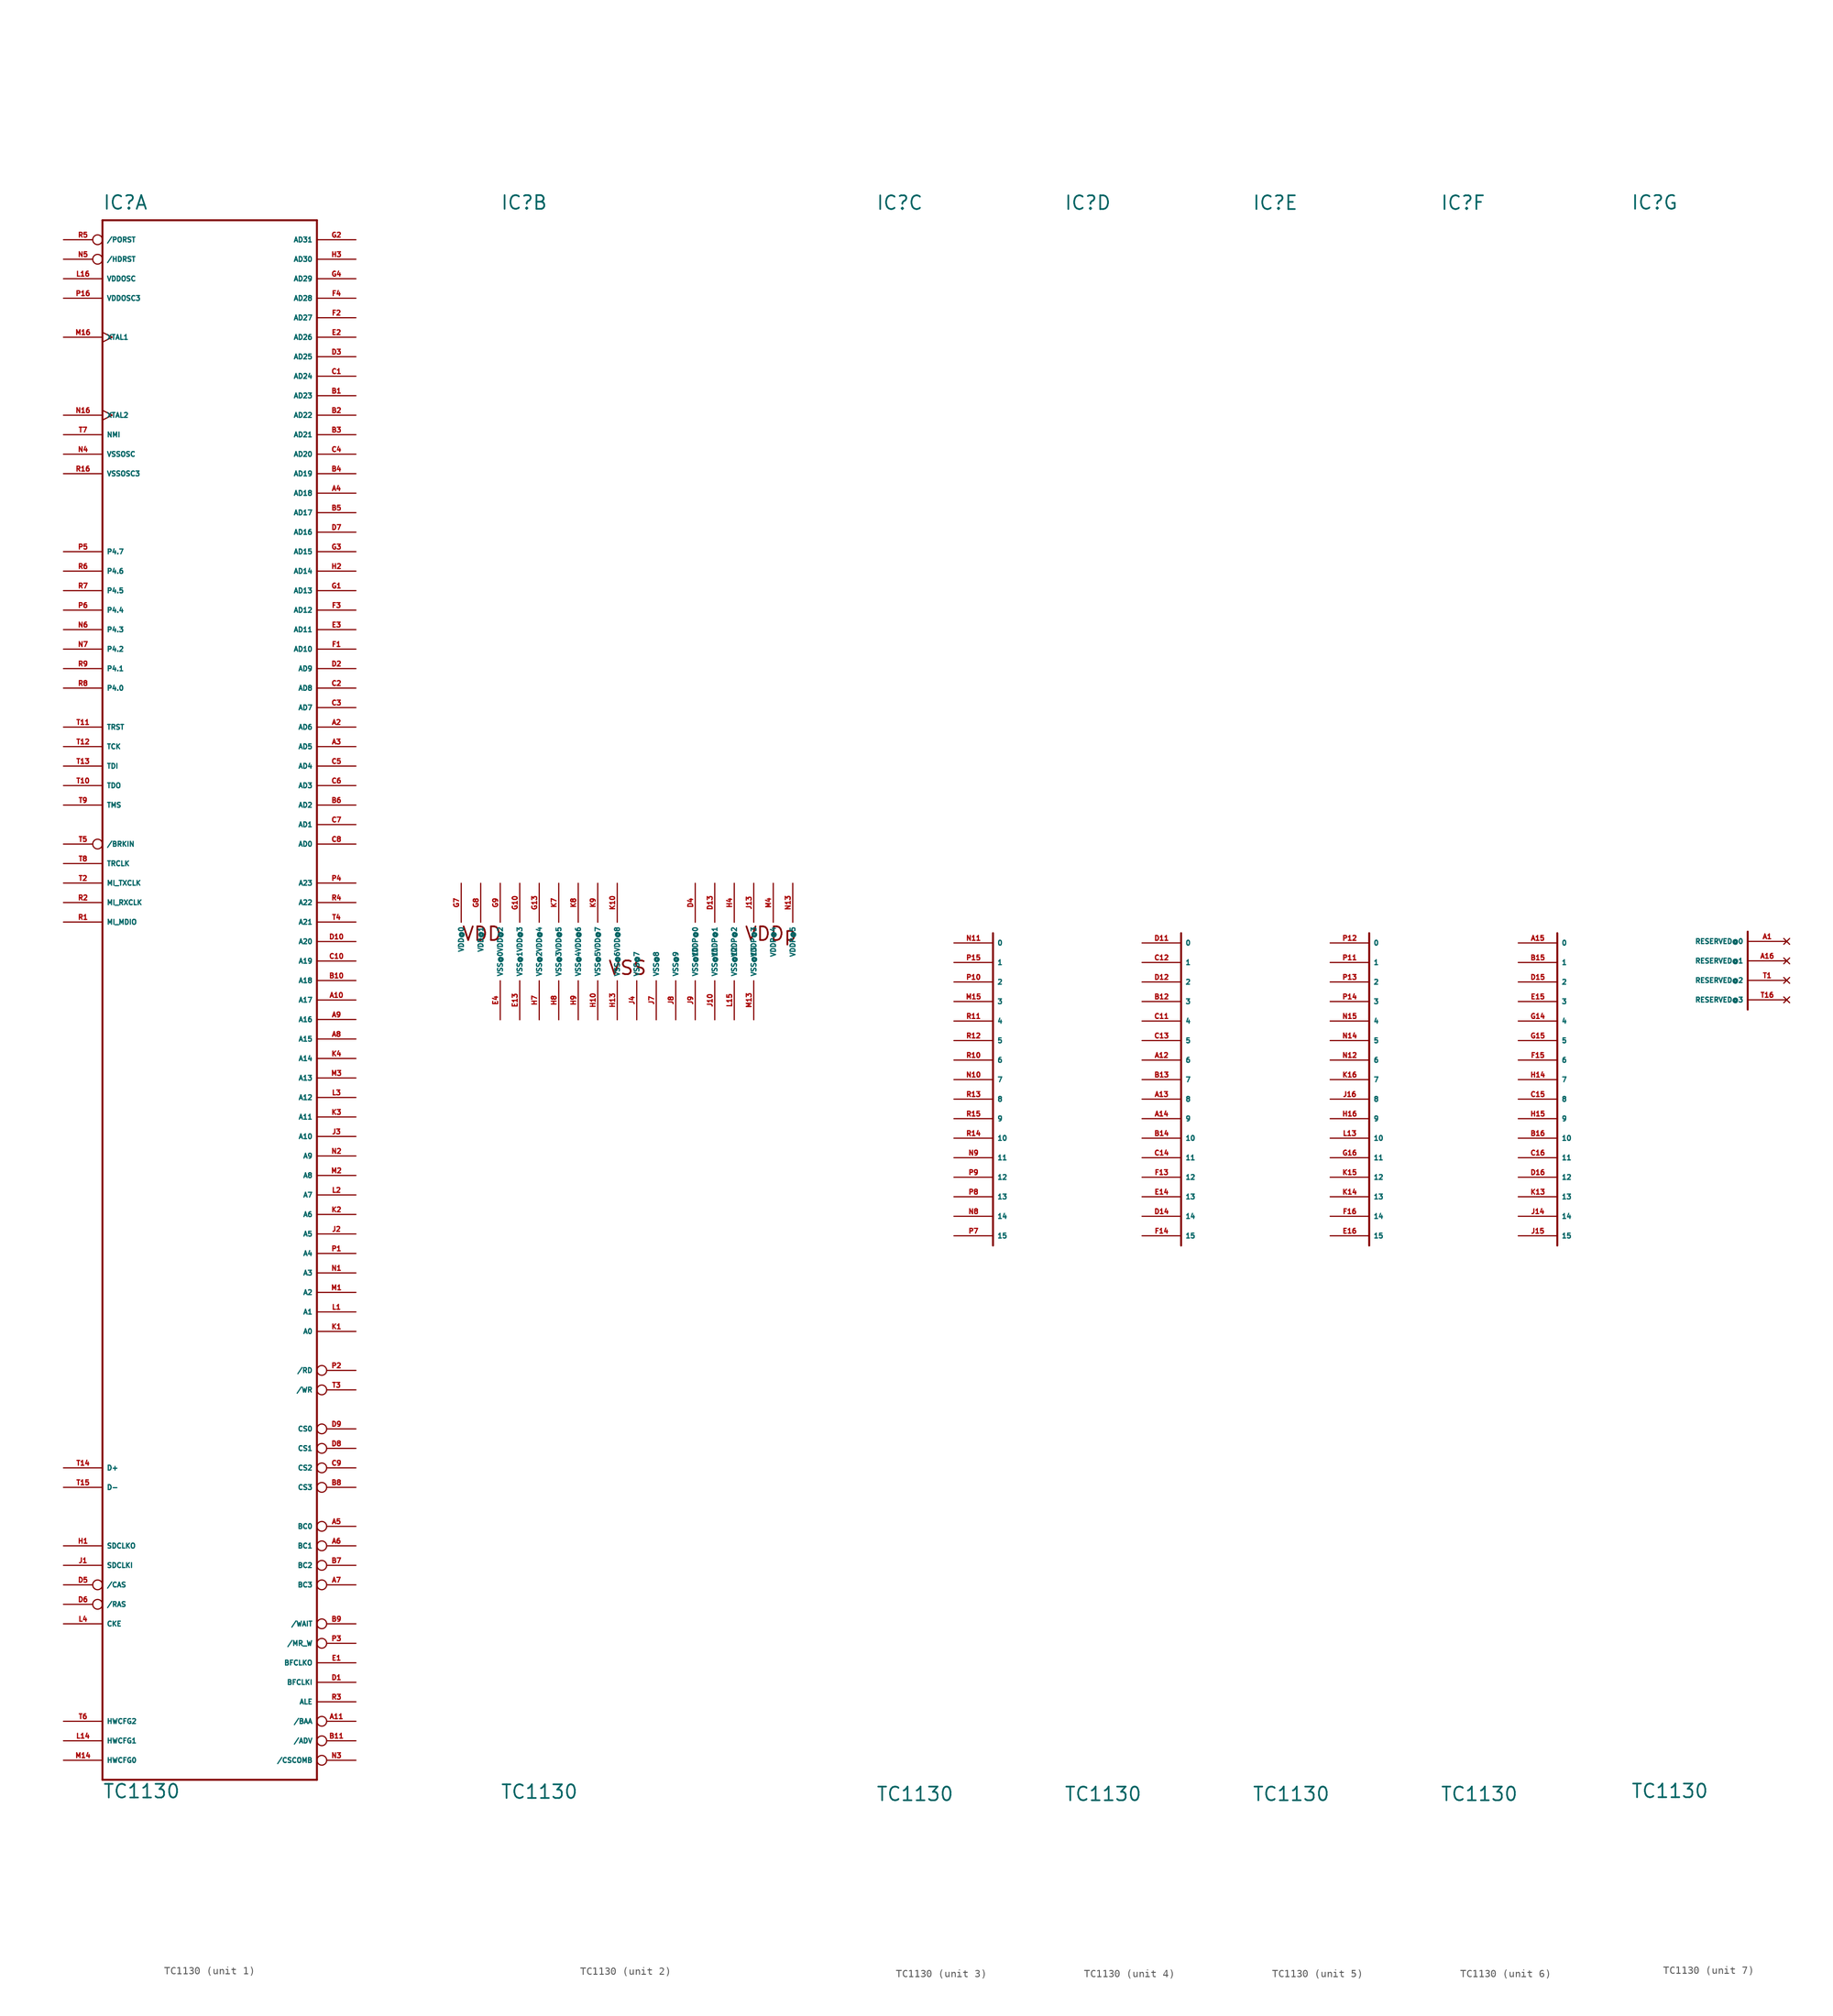
<source format=kicad_sym>
(kicad_symbol_lib
  (version 20220914)
  (generator Eagle2Kicad)
  (symbol "TC1130"
    (property "Reference" "IC"
      (at -15.24 95.25 0)
      (effects (font (size 1.778 1.778) (thickness 0.22)) (justify left bottom)))
    (property "Value" "TC1130"
      (at -15.24 -111.76 0)
      (effects (font (size 1.778 1.778) (thickness 0.22)) (justify left bottom)))
    (symbol "TC1130_1_0"
      (polyline (pts (xy 12.7 93.98) (xy 12.7 -109.22)) (stroke (width 0.254) (type default)) (fill (type none)))
      (polyline (pts (xy 12.7 -109.22) (xy -15.24 -109.22)) (stroke (width 0.254) (type default)) (fill (type none)))
      (polyline (pts (xy -15.24 -109.22) (xy -15.24 93.98)) (stroke (width 0.254) (type default)) (fill (type none)))
      (polyline (pts (xy -15.24 93.98) (xy 12.7 93.98)) (stroke (width 0.254) (type default)) (fill (type none)))
      (pin bidirectional line (at 17.78 12.7 180) (length 5.08) (name "AD0" (effects (font (size 0.635 0.635) (thickness 0.08)) (justify left bottom))) (number "C8" (effects (font (size 0.635 0.635) (thickness 0.08)) (justify left bottom))))
      (pin bidirectional line (at 17.78 15.24 180) (length 5.08) (name "AD1" (effects (font (size 0.635 0.635) (thickness 0.08)) (justify left bottom))) (number "C7" (effects (font (size 0.635 0.635) (thickness 0.08)) (justify left bottom))))
      (pin bidirectional line (at 17.78 17.78 180) (length 5.08) (name "AD2" (effects (font (size 0.635 0.635) (thickness 0.08)) (justify left bottom))) (number "B6" (effects (font (size 0.635 0.635) (thickness 0.08)) (justify left bottom))))
      (pin bidirectional line (at 17.78 20.32 180) (length 5.08) (name "AD3" (effects (font (size 0.635 0.635) (thickness 0.08)) (justify left bottom))) (number "C6" (effects (font (size 0.635 0.635) (thickness 0.08)) (justify left bottom))))
      (pin bidirectional line (at 17.78 22.86 180) (length 5.08) (name "AD4" (effects (font (size 0.635 0.635) (thickness 0.08)) (justify left bottom))) (number "C5" (effects (font (size 0.635 0.635) (thickness 0.08)) (justify left bottom))))
      (pin bidirectional line (at 17.78 25.4 180) (length 5.08) (name "AD5" (effects (font (size 0.635 0.635) (thickness 0.08)) (justify left bottom))) (number "A3" (effects (font (size 0.635 0.635) (thickness 0.08)) (justify left bottom))))
      (pin bidirectional line (at 17.78 27.94 180) (length 5.08) (name "AD6" (effects (font (size 0.635 0.635) (thickness 0.08)) (justify left bottom))) (number "A2" (effects (font (size 0.635 0.635) (thickness 0.08)) (justify left bottom))))
      (pin bidirectional line (at 17.78 30.48 180) (length 5.08) (name "AD7" (effects (font (size 0.635 0.635) (thickness 0.08)) (justify left bottom))) (number "C3" (effects (font (size 0.635 0.635) (thickness 0.08)) (justify left bottom))))
      (pin bidirectional line (at 17.78 33.02 180) (length 5.08) (name "AD8" (effects (font (size 0.635 0.635) (thickness 0.08)) (justify left bottom))) (number "C2" (effects (font (size 0.635 0.635) (thickness 0.08)) (justify left bottom))))
      (pin bidirectional line (at 17.78 35.56 180) (length 5.08) (name "AD9" (effects (font (size 0.635 0.635) (thickness 0.08)) (justify left bottom))) (number "D2" (effects (font (size 0.635 0.635) (thickness 0.08)) (justify left bottom))))
      (pin bidirectional line (at 17.78 38.1 180) (length 5.08) (name "AD10" (effects (font (size 0.635 0.635) (thickness 0.08)) (justify left bottom))) (number "F1" (effects (font (size 0.635 0.635) (thickness 0.08)) (justify left bottom))))
      (pin bidirectional line (at 17.78 40.64 180) (length 5.08) (name "AD11" (effects (font (size 0.635 0.635) (thickness 0.08)) (justify left bottom))) (number "E3" (effects (font (size 0.635 0.635) (thickness 0.08)) (justify left bottom))))
      (pin bidirectional line (at 17.78 43.18 180) (length 5.08) (name "AD12" (effects (font (size 0.635 0.635) (thickness 0.08)) (justify left bottom))) (number "F3" (effects (font (size 0.635 0.635) (thickness 0.08)) (justify left bottom))))
      (pin bidirectional line (at 17.78 45.72 180) (length 5.08) (name "AD13" (effects (font (size 0.635 0.635) (thickness 0.08)) (justify left bottom))) (number "G1" (effects (font (size 0.635 0.635) (thickness 0.08)) (justify left bottom))))
      (pin bidirectional line (at 17.78 48.26 180) (length 5.08) (name "AD14" (effects (font (size 0.635 0.635) (thickness 0.08)) (justify left bottom))) (number "H2" (effects (font (size 0.635 0.635) (thickness 0.08)) (justify left bottom))))
      (pin bidirectional line (at 17.78 50.8 180) (length 5.08) (name "AD15" (effects (font (size 0.635 0.635) (thickness 0.08)) (justify left bottom))) (number "G3" (effects (font (size 0.635 0.635) (thickness 0.08)) (justify left bottom))))
      (pin bidirectional line (at 17.78 53.34 180) (length 5.08) (name "AD16" (effects (font (size 0.635 0.635) (thickness 0.08)) (justify left bottom))) (number "D7" (effects (font (size 0.635 0.635) (thickness 0.08)) (justify left bottom))))
      (pin bidirectional line (at 17.78 55.88 180) (length 5.08) (name "AD17" (effects (font (size 0.635 0.635) (thickness 0.08)) (justify left bottom))) (number "B5" (effects (font (size 0.635 0.635) (thickness 0.08)) (justify left bottom))))
      (pin bidirectional line (at 17.78 58.42 180) (length 5.08) (name "AD18" (effects (font (size 0.635 0.635) (thickness 0.08)) (justify left bottom))) (number "A4" (effects (font (size 0.635 0.635) (thickness 0.08)) (justify left bottom))))
      (pin bidirectional line (at 17.78 60.96 180) (length 5.08) (name "AD19" (effects (font (size 0.635 0.635) (thickness 0.08)) (justify left bottom))) (number "B4" (effects (font (size 0.635 0.635) (thickness 0.08)) (justify left bottom))))
      (pin bidirectional line (at 17.78 63.5 180) (length 5.08) (name "AD20" (effects (font (size 0.635 0.635) (thickness 0.08)) (justify left bottom))) (number "C4" (effects (font (size 0.635 0.635) (thickness 0.08)) (justify left bottom))))
      (pin bidirectional line (at 17.78 66.04 180) (length 5.08) (name "AD21" (effects (font (size 0.635 0.635) (thickness 0.08)) (justify left bottom))) (number "B3" (effects (font (size 0.635 0.635) (thickness 0.08)) (justify left bottom))))
      (pin bidirectional line (at 17.78 68.58 180) (length 5.08) (name "AD22" (effects (font (size 0.635 0.635) (thickness 0.08)) (justify left bottom))) (number "B2" (effects (font (size 0.635 0.635) (thickness 0.08)) (justify left bottom))))
      (pin bidirectional line (at 17.78 71.12 180) (length 5.08) (name "AD23" (effects (font (size 0.635 0.635) (thickness 0.08)) (justify left bottom))) (number "B1" (effects (font (size 0.635 0.635) (thickness 0.08)) (justify left bottom))))
      (pin bidirectional line (at 17.78 73.66 180) (length 5.08) (name "AD24" (effects (font (size 0.635 0.635) (thickness 0.08)) (justify left bottom))) (number "C1" (effects (font (size 0.635 0.635) (thickness 0.08)) (justify left bottom))))
      (pin bidirectional line (at 17.78 76.2 180) (length 5.08) (name "AD25" (effects (font (size 0.635 0.635) (thickness 0.08)) (justify left bottom))) (number "D3" (effects (font (size 0.635 0.635) (thickness 0.08)) (justify left bottom))))
      (pin bidirectional line (at 17.78 78.74 180) (length 5.08) (name "AD26" (effects (font (size 0.635 0.635) (thickness 0.08)) (justify left bottom))) (number "E2" (effects (font (size 0.635 0.635) (thickness 0.08)) (justify left bottom))))
      (pin bidirectional line (at 17.78 81.28 180) (length 5.08) (name "AD27" (effects (font (size 0.635 0.635) (thickness 0.08)) (justify left bottom))) (number "F2" (effects (font (size 0.635 0.635) (thickness 0.08)) (justify left bottom))))
      (pin bidirectional line (at 17.78 83.82 180) (length 5.08) (name "AD28" (effects (font (size 0.635 0.635) (thickness 0.08)) (justify left bottom))) (number "F4" (effects (font (size 0.635 0.635) (thickness 0.08)) (justify left bottom))))
      (pin bidirectional line (at 17.78 86.36 180) (length 5.08) (name "AD29" (effects (font (size 0.635 0.635) (thickness 0.08)) (justify left bottom))) (number "G4" (effects (font (size 0.635 0.635) (thickness 0.08)) (justify left bottom))))
      (pin bidirectional line (at 17.78 88.9 180) (length 5.08) (name "AD30" (effects (font (size 0.635 0.635) (thickness 0.08)) (justify left bottom))) (number "H3" (effects (font (size 0.635 0.635) (thickness 0.08)) (justify left bottom))))
      (pin bidirectional line (at 17.78 91.44 180) (length 5.08) (name "AD31" (effects (font (size 0.635 0.635) (thickness 0.08)) (justify left bottom))) (number "G2" (effects (font (size 0.635 0.635) (thickness 0.08)) (justify left bottom))))
      (pin bidirectional line (at 17.78 -50.8 180) (length 5.08) (name "A0" (effects (font (size 0.635 0.635) (thickness 0.08)) (justify left bottom))) (number "K1" (effects (font (size 0.635 0.635) (thickness 0.08)) (justify left bottom))))
      (pin bidirectional line (at 17.78 -48.26 180) (length 5.08) (name "A1" (effects (font (size 0.635 0.635) (thickness 0.08)) (justify left bottom))) (number "L1" (effects (font (size 0.635 0.635) (thickness 0.08)) (justify left bottom))))
      (pin bidirectional line (at 17.78 -45.72 180) (length 5.08) (name "A2" (effects (font (size 0.635 0.635) (thickness 0.08)) (justify left bottom))) (number "M1" (effects (font (size 0.635 0.635) (thickness 0.08)) (justify left bottom))))
      (pin bidirectional line (at 17.78 -43.18 180) (length 5.08) (name "A3" (effects (font (size 0.635 0.635) (thickness 0.08)) (justify left bottom))) (number "N1" (effects (font (size 0.635 0.635) (thickness 0.08)) (justify left bottom))))
      (pin bidirectional line (at 17.78 -40.64 180) (length 5.08) (name "A4" (effects (font (size 0.635 0.635) (thickness 0.08)) (justify left bottom))) (number "P1" (effects (font (size 0.635 0.635) (thickness 0.08)) (justify left bottom))))
      (pin bidirectional line (at 17.78 -38.1 180) (length 5.08) (name "A5" (effects (font (size 0.635 0.635) (thickness 0.08)) (justify left bottom))) (number "J2" (effects (font (size 0.635 0.635) (thickness 0.08)) (justify left bottom))))
      (pin bidirectional line (at 17.78 -35.56 180) (length 5.08) (name "A6" (effects (font (size 0.635 0.635) (thickness 0.08)) (justify left bottom))) (number "K2" (effects (font (size 0.635 0.635) (thickness 0.08)) (justify left bottom))))
      (pin bidirectional line (at 17.78 -33.02 180) (length 5.08) (name "A7" (effects (font (size 0.635 0.635) (thickness 0.08)) (justify left bottom))) (number "L2" (effects (font (size 0.635 0.635) (thickness 0.08)) (justify left bottom))))
      (pin bidirectional line (at 17.78 -30.48 180) (length 5.08) (name "A8" (effects (font (size 0.635 0.635) (thickness 0.08)) (justify left bottom))) (number "M2" (effects (font (size 0.635 0.635) (thickness 0.08)) (justify left bottom))))
      (pin bidirectional line (at 17.78 -27.94 180) (length 5.08) (name "A9" (effects (font (size 0.635 0.635) (thickness 0.08)) (justify left bottom))) (number "N2" (effects (font (size 0.635 0.635) (thickness 0.08)) (justify left bottom))))
      (pin bidirectional line (at 17.78 -25.4 180) (length 5.08) (name "A10" (effects (font (size 0.635 0.635) (thickness 0.08)) (justify left bottom))) (number "J3" (effects (font (size 0.635 0.635) (thickness 0.08)) (justify left bottom))))
      (pin bidirectional line (at 17.78 -22.86 180) (length 5.08) (name "A11" (effects (font (size 0.635 0.635) (thickness 0.08)) (justify left bottom))) (number "K3" (effects (font (size 0.635 0.635) (thickness 0.08)) (justify left bottom))))
      (pin bidirectional line (at 17.78 -20.32 180) (length 5.08) (name "A12" (effects (font (size 0.635 0.635) (thickness 0.08)) (justify left bottom))) (number "L3" (effects (font (size 0.635 0.635) (thickness 0.08)) (justify left bottom))))
      (pin bidirectional line (at 17.78 -17.78 180) (length 5.08) (name "A13" (effects (font (size 0.635 0.635) (thickness 0.08)) (justify left bottom))) (number "M3" (effects (font (size 0.635 0.635) (thickness 0.08)) (justify left bottom))))
      (pin bidirectional line (at 17.78 -15.24 180) (length 5.08) (name "A14" (effects (font (size 0.635 0.635) (thickness 0.08)) (justify left bottom))) (number "K4" (effects (font (size 0.635 0.635) (thickness 0.08)) (justify left bottom))))
      (pin bidirectional line (at 17.78 -12.7 180) (length 5.08) (name "A15" (effects (font (size 0.635 0.635) (thickness 0.08)) (justify left bottom))) (number "A8" (effects (font (size 0.635 0.635) (thickness 0.08)) (justify left bottom))))
      (pin bidirectional line (at 17.78 -10.16 180) (length 5.08) (name "A16" (effects (font (size 0.635 0.635) (thickness 0.08)) (justify left bottom))) (number "A9" (effects (font (size 0.635 0.635) (thickness 0.08)) (justify left bottom))))
      (pin bidirectional line (at 17.78 -7.62 180) (length 5.08) (name "A17" (effects (font (size 0.635 0.635) (thickness 0.08)) (justify left bottom))) (number "A10" (effects (font (size 0.635 0.635) (thickness 0.08)) (justify left bottom))))
      (pin bidirectional line (at 17.78 -5.08 180) (length 5.08) (name "A18" (effects (font (size 0.635 0.635) (thickness 0.08)) (justify left bottom))) (number "B10" (effects (font (size 0.635 0.635) (thickness 0.08)) (justify left bottom))))
      (pin bidirectional line (at 17.78 -2.54 180) (length 5.08) (name "A19" (effects (font (size 0.635 0.635) (thickness 0.08)) (justify left bottom))) (number "C10" (effects (font (size 0.635 0.635) (thickness 0.08)) (justify left bottom))))
      (pin bidirectional line (at 17.78 0 180) (length 5.08) (name "A20" (effects (font (size 0.635 0.635) (thickness 0.08)) (justify left bottom))) (number "D10" (effects (font (size 0.635 0.635) (thickness 0.08)) (justify left bottom))))
      (pin bidirectional line (at 17.78 2.54 180) (length 5.08) (name "A21" (effects (font (size 0.635 0.635) (thickness 0.08)) (justify left bottom))) (number "T4" (effects (font (size 0.635 0.635) (thickness 0.08)) (justify left bottom))))
      (pin bidirectional line (at 17.78 5.08 180) (length 5.08) (name "A22" (effects (font (size 0.635 0.635) (thickness 0.08)) (justify left bottom))) (number "R4" (effects (font (size 0.635 0.635) (thickness 0.08)) (justify left bottom))))
      (pin bidirectional line (at 17.78 7.62 180) (length 5.08) (name "A23" (effects (font (size 0.635 0.635) (thickness 0.08)) (justify left bottom))) (number "P4" (effects (font (size 0.635 0.635) (thickness 0.08)) (justify left bottom))))
      (pin bidirectional clock (at -20.32 78.74 0) (length 5.08) (name "XTAL1" (effects (font (size 0.635 0.635) (thickness 0.08)) (justify left bottom))) (number "M16" (effects (font (size 0.635 0.635) (thickness 0.08)) (justify left bottom))))
      (pin bidirectional clock (at -20.32 68.58 0) (length 5.08) (name "XTAL2" (effects (font (size 0.635 0.635) (thickness 0.08)) (justify left bottom))) (number "N16" (effects (font (size 0.635 0.635) (thickness 0.08)) (justify left bottom))))
      (pin bidirectional line (at -20.32 66.04 0) (length 5.08) (name "NMI" (effects (font (size 0.635 0.635) (thickness 0.08)) (justify left bottom))) (number "T7" (effects (font (size 0.635 0.635) (thickness 0.08)) (justify left bottom))))
      (pin bidirectional inverted (at 17.78 -55.88 180) (length 5.08) (name "/RD" (effects (font (size 0.635 0.635) (thickness 0.08)) (justify left bottom))) (number "P2" (effects (font (size 0.635 0.635) (thickness 0.08)) (justify left bottom))))
      (pin bidirectional inverted (at 17.78 -58.42 180) (length 5.08) (name "/WR" (effects (font (size 0.635 0.635) (thickness 0.08)) (justify left bottom))) (number "T3" (effects (font (size 0.635 0.635) (thickness 0.08)) (justify left bottom))))
      (pin bidirectional inverted (at 17.78 -63.5 180) (length 5.08) (name "CS0" (effects (font (size 0.635 0.635) (thickness 0.08)) (justify left bottom))) (number "D9" (effects (font (size 0.635 0.635) (thickness 0.08)) (justify left bottom))))
      (pin bidirectional inverted (at 17.78 -66.04 180) (length 5.08) (name "CS1" (effects (font (size 0.635 0.635) (thickness 0.08)) (justify left bottom))) (number "D8" (effects (font (size 0.635 0.635) (thickness 0.08)) (justify left bottom))))
      (pin bidirectional inverted (at 17.78 -68.58 180) (length 5.08) (name "CS2" (effects (font (size 0.635 0.635) (thickness 0.08)) (justify left bottom))) (number "C9" (effects (font (size 0.635 0.635) (thickness 0.08)) (justify left bottom))))
      (pin bidirectional inverted (at 17.78 -71.12 180) (length 5.08) (name "CS3" (effects (font (size 0.635 0.635) (thickness 0.08)) (justify left bottom))) (number "B8" (effects (font (size 0.635 0.635) (thickness 0.08)) (justify left bottom))))
      (pin bidirectional inverted (at 17.78 -76.2 180) (length 5.08) (name "BC0" (effects (font (size 0.635 0.635) (thickness 0.08)) (justify left bottom))) (number "A5" (effects (font (size 0.635 0.635) (thickness 0.08)) (justify left bottom))))
      (pin bidirectional inverted (at 17.78 -78.74 180) (length 5.08) (name "BC1" (effects (font (size 0.635 0.635) (thickness 0.08)) (justify left bottom))) (number "A6" (effects (font (size 0.635 0.635) (thickness 0.08)) (justify left bottom))))
      (pin bidirectional inverted (at 17.78 -81.28 180) (length 5.08) (name "BC2" (effects (font (size 0.635 0.635) (thickness 0.08)) (justify left bottom))) (number "B7" (effects (font (size 0.635 0.635) (thickness 0.08)) (justify left bottom))))
      (pin bidirectional inverted (at 17.78 -83.82 180) (length 5.08) (name "BC3" (effects (font (size 0.635 0.635) (thickness 0.08)) (justify left bottom))) (number "A7" (effects (font (size 0.635 0.635) (thickness 0.08)) (justify left bottom))))
      (pin bidirectional inverted (at -20.32 91.44 0) (length 5.08) (name "/PORST" (effects (font (size 0.635 0.635) (thickness 0.08)) (justify left bottom))) (number "R5" (effects (font (size 0.635 0.635) (thickness 0.08)) (justify left bottom))))
      (pin bidirectional inverted (at -20.32 88.9 0) (length 5.08) (name "/HDRST" (effects (font (size 0.635 0.635) (thickness 0.08)) (justify left bottom))) (number "N5" (effects (font (size 0.635 0.635) (thickness 0.08)) (justify left bottom))))
      (pin bidirectional line (at -20.32 -106.68 0) (length 5.08) (name "HWCFG0" (effects (font (size 0.635 0.635) (thickness 0.08)) (justify left bottom))) (number "M14" (effects (font (size 0.635 0.635) (thickness 0.08)) (justify left bottom))))
      (pin bidirectional line (at -20.32 -104.14 0) (length 5.08) (name "HWCFG1" (effects (font (size 0.635 0.635) (thickness 0.08)) (justify left bottom))) (number "L14" (effects (font (size 0.635 0.635) (thickness 0.08)) (justify left bottom))))
      (pin bidirectional line (at -20.32 -101.6 0) (length 5.08) (name "HWCFG2" (effects (font (size 0.635 0.635) (thickness 0.08)) (justify left bottom))) (number "T6" (effects (font (size 0.635 0.635) (thickness 0.08)) (justify left bottom))))
      (pin bidirectional line (at -20.32 33.02 0) (length 5.08) (name "P4.0" (effects (font (size 0.635 0.635) (thickness 0.08)) (justify left bottom))) (number "R8" (effects (font (size 0.635 0.635) (thickness 0.08)) (justify left bottom))))
      (pin bidirectional line (at -20.32 35.56 0) (length 5.08) (name "P4.1" (effects (font (size 0.635 0.635) (thickness 0.08)) (justify left bottom))) (number "R9" (effects (font (size 0.635 0.635) (thickness 0.08)) (justify left bottom))))
      (pin bidirectional line (at -20.32 38.1 0) (length 5.08) (name "P4.2" (effects (font (size 0.635 0.635) (thickness 0.08)) (justify left bottom))) (number "N7" (effects (font (size 0.635 0.635) (thickness 0.08)) (justify left bottom))))
      (pin bidirectional line (at -20.32 40.64 0) (length 5.08) (name "P4.3" (effects (font (size 0.635 0.635) (thickness 0.08)) (justify left bottom))) (number "N6" (effects (font (size 0.635 0.635) (thickness 0.08)) (justify left bottom))))
      (pin bidirectional line (at -20.32 43.18 0) (length 5.08) (name "P4.4" (effects (font (size 0.635 0.635) (thickness 0.08)) (justify left bottom))) (number "P6" (effects (font (size 0.635 0.635) (thickness 0.08)) (justify left bottom))))
      (pin bidirectional line (at -20.32 45.72 0) (length 5.08) (name "P4.5" (effects (font (size 0.635 0.635) (thickness 0.08)) (justify left bottom))) (number "R7" (effects (font (size 0.635 0.635) (thickness 0.08)) (justify left bottom))))
      (pin bidirectional line (at -20.32 48.26 0) (length 5.08) (name "P4.6" (effects (font (size 0.635 0.635) (thickness 0.08)) (justify left bottom))) (number "R6" (effects (font (size 0.635 0.635) (thickness 0.08)) (justify left bottom))))
      (pin bidirectional line (at -20.32 50.8 0) (length 5.08) (name "P4.7" (effects (font (size 0.635 0.635) (thickness 0.08)) (justify left bottom))) (number "P5" (effects (font (size 0.635 0.635) (thickness 0.08)) (justify left bottom))))
      (pin bidirectional line (at -20.32 86.36 0) (length 5.08) (name "VDDOSC" (effects (font (size 0.635 0.635) (thickness 0.08)) (justify left bottom))) (number "L16" (effects (font (size 0.635 0.635) (thickness 0.08)) (justify left bottom))))
      (pin bidirectional line (at -20.32 83.82 0) (length 5.08) (name "VDDOSC3" (effects (font (size 0.635 0.635) (thickness 0.08)) (justify left bottom))) (number "P16" (effects (font (size 0.635 0.635) (thickness 0.08)) (justify left bottom))))
      (pin bidirectional line (at -20.32 60.96 0) (length 5.08) (name "VSSOSC3" (effects (font (size 0.635 0.635) (thickness 0.08)) (justify left bottom))) (number "R16" (effects (font (size 0.635 0.635) (thickness 0.08)) (justify left bottom))))
      (pin bidirectional line (at -20.32 63.5 0) (length 5.08) (name "VSSOSC" (effects (font (size 0.635 0.635) (thickness 0.08)) (justify left bottom))) (number "N4" (effects (font (size 0.635 0.635) (thickness 0.08)) (justify left bottom))))
      (pin bidirectional inverted (at 17.78 -88.9 180) (length 5.08) (name "/WAIT" (effects (font (size 0.635 0.635) (thickness 0.08)) (justify left bottom))) (number "B9" (effects (font (size 0.635 0.635) (thickness 0.08)) (justify left bottom))))
      (pin bidirectional inverted (at 17.78 -91.44 180) (length 5.08) (name "/MR_W" (effects (font (size 0.635 0.635) (thickness 0.08)) (justify left bottom))) (number "P3" (effects (font (size 0.635 0.635) (thickness 0.08)) (justify left bottom))))
      (pin bidirectional line (at 17.78 -96.52 180) (length 5.08) (name "BFCLKI" (effects (font (size 0.635 0.635) (thickness 0.08)) (justify left bottom))) (number "D1" (effects (font (size 0.635 0.635) (thickness 0.08)) (justify left bottom))))
      (pin bidirectional line (at 17.78 -93.98 180) (length 5.08) (name "BFCLKO" (effects (font (size 0.635 0.635) (thickness 0.08)) (justify left bottom))) (number "E1" (effects (font (size 0.635 0.635) (thickness 0.08)) (justify left bottom))))
      (pin bidirectional line (at 17.78 -99.06 180) (length 5.08) (name "ALE" (effects (font (size 0.635 0.635) (thickness 0.08)) (justify left bottom))) (number "R3" (effects (font (size 0.635 0.635) (thickness 0.08)) (justify left bottom))))
      (pin bidirectional inverted (at 17.78 -101.6 180) (length 5.08) (name "/BAA" (effects (font (size 0.635 0.635) (thickness 0.08)) (justify left bottom))) (number "A11" (effects (font (size 0.635 0.635) (thickness 0.08)) (justify left bottom))))
      (pin bidirectional inverted (at 17.78 -104.14 180) (length 5.08) (name "/ADV" (effects (font (size 0.635 0.635) (thickness 0.08)) (justify left bottom))) (number "B11" (effects (font (size 0.635 0.635) (thickness 0.08)) (justify left bottom))))
      (pin bidirectional inverted (at 17.78 -106.68 180) (length 5.08) (name "/CSCOMB" (effects (font (size 0.635 0.635) (thickness 0.08)) (justify left bottom))) (number "N3" (effects (font (size 0.635 0.635) (thickness 0.08)) (justify left bottom))))
      (pin bidirectional line (at -20.32 -88.9 0) (length 5.08) (name "CKE" (effects (font (size 0.635 0.635) (thickness 0.08)) (justify left bottom))) (number "L4" (effects (font (size 0.635 0.635) (thickness 0.08)) (justify left bottom))))
      (pin bidirectional inverted (at -20.32 -86.36 0) (length 5.08) (name "/RAS" (effects (font (size 0.635 0.635) (thickness 0.08)) (justify left bottom))) (number "D6" (effects (font (size 0.635 0.635) (thickness 0.08)) (justify left bottom))))
      (pin bidirectional inverted (at -20.32 -83.82 0) (length 5.08) (name "/CAS" (effects (font (size 0.635 0.635) (thickness 0.08)) (justify left bottom))) (number "D5" (effects (font (size 0.635 0.635) (thickness 0.08)) (justify left bottom))))
      (pin bidirectional line (at -20.32 -81.28 0) (length 5.08) (name "SDCLKI" (effects (font (size 0.635 0.635) (thickness 0.08)) (justify left bottom))) (number "J1" (effects (font (size 0.635 0.635) (thickness 0.08)) (justify left bottom))))
      (pin bidirectional line (at -20.32 -78.74 0) (length 5.08) (name "SDCLKO" (effects (font (size 0.635 0.635) (thickness 0.08)) (justify left bottom))) (number "H1" (effects (font (size 0.635 0.635) (thickness 0.08)) (justify left bottom))))
      (pin bidirectional line (at -20.32 -68.58 0) (length 5.08) (name "D+" (effects (font (size 0.635 0.635) (thickness 0.08)) (justify left bottom))) (number "T14" (effects (font (size 0.635 0.635) (thickness 0.08)) (justify left bottom))))
      (pin bidirectional line (at -20.32 -71.12 0) (length 5.08) (name "D-" (effects (font (size 0.635 0.635) (thickness 0.08)) (justify left bottom))) (number "T15" (effects (font (size 0.635 0.635) (thickness 0.08)) (justify left bottom))))
      (pin bidirectional line (at -20.32 27.94 0) (length 5.08) (name "TRST" (effects (font (size 0.635 0.635) (thickness 0.08)) (justify left bottom))) (number "T11" (effects (font (size 0.635 0.635) (thickness 0.08)) (justify left bottom))))
      (pin bidirectional line (at -20.32 25.4 0) (length 5.08) (name "TCK" (effects (font (size 0.635 0.635) (thickness 0.08)) (justify left bottom))) (number "T12" (effects (font (size 0.635 0.635) (thickness 0.08)) (justify left bottom))))
      (pin bidirectional line (at -20.32 22.86 0) (length 5.08) (name "TDI" (effects (font (size 0.635 0.635) (thickness 0.08)) (justify left bottom))) (number "T13" (effects (font (size 0.635 0.635) (thickness 0.08)) (justify left bottom))))
      (pin bidirectional line (at -20.32 20.32 0) (length 5.08) (name "TDO" (effects (font (size 0.635 0.635) (thickness 0.08)) (justify left bottom))) (number "T10" (effects (font (size 0.635 0.635) (thickness 0.08)) (justify left bottom))))
      (pin bidirectional line (at -20.32 17.78 0) (length 5.08) (name "TMS" (effects (font (size 0.635 0.635) (thickness 0.08)) (justify left bottom))) (number "T9" (effects (font (size 0.635 0.635) (thickness 0.08)) (justify left bottom))))
      (pin bidirectional inverted (at -20.32 12.7 0) (length 5.08) (name "/BRKIN" (effects (font (size 0.635 0.635) (thickness 0.08)) (justify left bottom))) (number "T5" (effects (font (size 0.635 0.635) (thickness 0.08)) (justify left bottom))))
      (pin bidirectional line (at -20.32 10.16 0) (length 5.08) (name "TRCLK" (effects (font (size 0.635 0.635) (thickness 0.08)) (justify left bottom))) (number "T8" (effects (font (size 0.635 0.635) (thickness 0.08)) (justify left bottom))))
      (pin bidirectional line (at -20.32 7.62 0) (length 5.08) (name "MI_TXCLK" (effects (font (size 0.635 0.635) (thickness 0.08)) (justify left bottom))) (number "T2" (effects (font (size 0.635 0.635) (thickness 0.08)) (justify left bottom))))
      (pin bidirectional line (at -20.32 5.08 0) (length 5.08) (name "MI_RXCLK" (effects (font (size 0.635 0.635) (thickness 0.08)) (justify left bottom))) (number "R2" (effects (font (size 0.635 0.635) (thickness 0.08)) (justify left bottom))))
      (pin bidirectional line (at -20.32 2.54 0) (length 5.08) (name "MI_MDIO" (effects (font (size 0.635 0.635) (thickness 0.08)) (justify left bottom))) (number "R1" (effects (font (size 0.635 0.635) (thickness 0.08)) (justify left bottom)))))
    (symbol "TC1130_2_0"
      (text "VDD" (at -20.32 0 0) (effects (font (size 1.778 1.778) (thickness 0.22)) (justify left bottom)))
      (text "VSS" (at -1.27 -4.445 0) (effects (font (size 1.778 1.778) (thickness 0.22)) (justify left bottom)))
      (text "VDDp" (at 16.51 0 0) (effects (font (size 1.778 1.778) (thickness 0.22)) (justify left bottom)))
      (pin unspecified line (at -15.24 -10.16 90) (length 5.08) (name "VSS@0" (effects (font (size 0.635 0.635) (thickness 0.08)) (justify left bottom))) (number "E4" (effects (font (size 0.635 0.635) (thickness 0.08)) (justify left bottom))))
      (pin unspecified line (at -12.7 -10.16 90) (length 5.08) (name "VSS@1" (effects (font (size 0.635 0.635) (thickness 0.08)) (justify left bottom))) (number "E13" (effects (font (size 0.635 0.635) (thickness 0.08)) (justify left bottom))))
      (pin unspecified line (at -10.16 -10.16 90) (length 5.08) (name "VSS@2" (effects (font (size 0.635 0.635) (thickness 0.08)) (justify left bottom))) (number "H7" (effects (font (size 0.635 0.635) (thickness 0.08)) (justify left bottom))))
      (pin unspecified line (at -7.62 -10.16 90) (length 5.08) (name "VSS@3" (effects (font (size 0.635 0.635) (thickness 0.08)) (justify left bottom))) (number "H8" (effects (font (size 0.635 0.635) (thickness 0.08)) (justify left bottom))))
      (pin unspecified line (at -5.08 -10.16 90) (length 5.08) (name "VSS@4" (effects (font (size 0.635 0.635) (thickness 0.08)) (justify left bottom))) (number "H9" (effects (font (size 0.635 0.635) (thickness 0.08)) (justify left bottom))))
      (pin unspecified line (at -2.54 -10.16 90) (length 5.08) (name "VSS@5" (effects (font (size 0.635 0.635) (thickness 0.08)) (justify left bottom))) (number "H10" (effects (font (size 0.635 0.635) (thickness 0.08)) (justify left bottom))))
      (pin unspecified line (at 0 -10.16 90) (length 5.08) (name "VSS@6" (effects (font (size 0.635 0.635) (thickness 0.08)) (justify left bottom))) (number "H13" (effects (font (size 0.635 0.635) (thickness 0.08)) (justify left bottom))))
      (pin unspecified line (at 2.54 -10.16 90) (length 5.08) (name "VSS@7" (effects (font (size 0.635 0.635) (thickness 0.08)) (justify left bottom))) (number "J4" (effects (font (size 0.635 0.635) (thickness 0.08)) (justify left bottom))))
      (pin unspecified line (at 5.08 -10.16 90) (length 5.08) (name "VSS@8" (effects (font (size 0.635 0.635) (thickness 0.08)) (justify left bottom))) (number "J7" (effects (font (size 0.635 0.635) (thickness 0.08)) (justify left bottom))))
      (pin unspecified line (at 7.62 -10.16 90) (length 5.08) (name "VSS@9" (effects (font (size 0.635 0.635) (thickness 0.08)) (justify left bottom))) (number "J8" (effects (font (size 0.635 0.635) (thickness 0.08)) (justify left bottom))))
      (pin unspecified line (at 10.16 -10.16 90) (length 5.08) (name "VSS@10" (effects (font (size 0.635 0.635) (thickness 0.08)) (justify left bottom))) (number "J9" (effects (font (size 0.635 0.635) (thickness 0.08)) (justify left bottom))))
      (pin unspecified line (at 12.7 -10.16 90) (length 5.08) (name "VSS@11" (effects (font (size 0.635 0.635) (thickness 0.08)) (justify left bottom))) (number "J10" (effects (font (size 0.635 0.635) (thickness 0.08)) (justify left bottom))))
      (pin unspecified line (at 15.24 -10.16 90) (length 5.08) (name "VSS@12" (effects (font (size 0.635 0.635) (thickness 0.08)) (justify left bottom))) (number "L15" (effects (font (size 0.635 0.635) (thickness 0.08)) (justify left bottom))))
      (pin unspecified line (at 17.78 -10.16 90) (length 5.08) (name "VSS@13" (effects (font (size 0.635 0.635) (thickness 0.08)) (justify left bottom))) (number "M13" (effects (font (size 0.635 0.635) (thickness 0.08)) (justify left bottom))))
      (pin unspecified line (at -20.32 7.62 270) (length 5.08) (name "VDD@0" (effects (font (size 0.635 0.635) (thickness 0.08)) (justify left bottom))) (number "G7" (effects (font (size 0.635 0.635) (thickness 0.08)) (justify left bottom))))
      (pin unspecified line (at -17.78 7.62 270) (length 5.08) (name "VDD@1" (effects (font (size 0.635 0.635) (thickness 0.08)) (justify left bottom))) (number "G8" (effects (font (size 0.635 0.635) (thickness 0.08)) (justify left bottom))))
      (pin unspecified line (at -15.24 7.62 270) (length 5.08) (name "VDD@2" (effects (font (size 0.635 0.635) (thickness 0.08)) (justify left bottom))) (number "G9" (effects (font (size 0.635 0.635) (thickness 0.08)) (justify left bottom))))
      (pin unspecified line (at -12.7 7.62 270) (length 5.08) (name "VDD@3" (effects (font (size 0.635 0.635) (thickness 0.08)) (justify left bottom))) (number "G10" (effects (font (size 0.635 0.635) (thickness 0.08)) (justify left bottom))))
      (pin unspecified line (at -10.16 7.62 270) (length 5.08) (name "VDD@4" (effects (font (size 0.635 0.635) (thickness 0.08)) (justify left bottom))) (number "G13" (effects (font (size 0.635 0.635) (thickness 0.08)) (justify left bottom))))
      (pin unspecified line (at -7.62 7.62 270) (length 5.08) (name "VDD@5" (effects (font (size 0.635 0.635) (thickness 0.08)) (justify left bottom))) (number "K7" (effects (font (size 0.635 0.635) (thickness 0.08)) (justify left bottom))))
      (pin unspecified line (at -5.08 7.62 270) (length 5.08) (name "VDD@6" (effects (font (size 0.635 0.635) (thickness 0.08)) (justify left bottom))) (number "K8" (effects (font (size 0.635 0.635) (thickness 0.08)) (justify left bottom))))
      (pin unspecified line (at -2.54 7.62 270) (length 5.08) (name "VDD@7" (effects (font (size 0.635 0.635) (thickness 0.08)) (justify left bottom))) (number "K9" (effects (font (size 0.635 0.635) (thickness 0.08)) (justify left bottom))))
      (pin unspecified line (at 0 7.62 270) (length 5.08) (name "VDD@8" (effects (font (size 0.635 0.635) (thickness 0.08)) (justify left bottom))) (number "K10" (effects (font (size 0.635 0.635) (thickness 0.08)) (justify left bottom))))
      (pin unspecified line (at 10.16 7.62 270) (length 5.08) (name "VDDP@0" (effects (font (size 0.635 0.635) (thickness 0.08)) (justify left bottom))) (number "D4" (effects (font (size 0.635 0.635) (thickness 0.08)) (justify left bottom))))
      (pin unspecified line (at 12.7 7.62 270) (length 5.08) (name "VDDP@1" (effects (font (size 0.635 0.635) (thickness 0.08)) (justify left bottom))) (number "D13" (effects (font (size 0.635 0.635) (thickness 0.08)) (justify left bottom))))
      (pin unspecified line (at 15.24 7.62 270) (length 5.08) (name "VDDP@2" (effects (font (size 0.635 0.635) (thickness 0.08)) (justify left bottom))) (number "H4" (effects (font (size 0.635 0.635) (thickness 0.08)) (justify left bottom))))
      (pin unspecified line (at 17.78 7.62 270) (length 5.08) (name "VDDP@3" (effects (font (size 0.635 0.635) (thickness 0.08)) (justify left bottom))) (number "J13" (effects (font (size 0.635 0.635) (thickness 0.08)) (justify left bottom))))
      (pin unspecified line (at 20.32 7.62 270) (length 5.08) (name "VDDP@4" (effects (font (size 0.635 0.635) (thickness 0.08)) (justify left bottom))) (number "M4" (effects (font (size 0.635 0.635) (thickness 0.08)) (justify left bottom))))
      (pin unspecified line (at 22.86 7.62 270) (length 5.08) (name "VDDP@5" (effects (font (size 0.635 0.635) (thickness 0.08)) (justify left bottom))) (number "N13" (effects (font (size 0.635 0.635) (thickness 0.08)) (justify left bottom)))))
    (symbol "TC1130_3_0"
      (polyline (pts (xy 0 1.27) (xy 0 -39.37)) (stroke (width 0.254) (type default)) (fill (type none)))
      (pin input line (at -5.08 0 0) (length 5.08) (name "0" (effects (font (size 0.635 0.635) (thickness 0.08)) (justify left bottom))) (number "N11" (effects (font (size 0.635 0.635) (thickness 0.08)) (justify left bottom))))
      (pin input line (at -5.08 -2.54 0) (length 5.08) (name "1" (effects (font (size 0.635 0.635) (thickness 0.08)) (justify left bottom))) (number "P15" (effects (font (size 0.635 0.635) (thickness 0.08)) (justify left bottom))))
      (pin input line (at -5.08 -5.08 0) (length 5.08) (name "2" (effects (font (size 0.635 0.635) (thickness 0.08)) (justify left bottom))) (number "P10" (effects (font (size 0.635 0.635) (thickness 0.08)) (justify left bottom))))
      (pin input line (at -5.08 -7.62 0) (length 5.08) (name "3" (effects (font (size 0.635 0.635) (thickness 0.08)) (justify left bottom))) (number "M15" (effects (font (size 0.635 0.635) (thickness 0.08)) (justify left bottom))))
      (pin input line (at -5.08 -10.16 0) (length 5.08) (name "4" (effects (font (size 0.635 0.635) (thickness 0.08)) (justify left bottom))) (number "R11" (effects (font (size 0.635 0.635) (thickness 0.08)) (justify left bottom))))
      (pin input line (at -5.08 -12.7 0) (length 5.08) (name "5" (effects (font (size 0.635 0.635) (thickness 0.08)) (justify left bottom))) (number "R12" (effects (font (size 0.635 0.635) (thickness 0.08)) (justify left bottom))))
      (pin input line (at -5.08 -15.24 0) (length 5.08) (name "6" (effects (font (size 0.635 0.635) (thickness 0.08)) (justify left bottom))) (number "R10" (effects (font (size 0.635 0.635) (thickness 0.08)) (justify left bottom))))
      (pin input line (at -5.08 -17.78 0) (length 5.08) (name "7" (effects (font (size 0.635 0.635) (thickness 0.08)) (justify left bottom))) (number "N10" (effects (font (size 0.635 0.635) (thickness 0.08)) (justify left bottom))))
      (pin input line (at -5.08 -20.32 0) (length 5.08) (name "8" (effects (font (size 0.635 0.635) (thickness 0.08)) (justify left bottom))) (number "R13" (effects (font (size 0.635 0.635) (thickness 0.08)) (justify left bottom))))
      (pin input line (at -5.08 -22.86 0) (length 5.08) (name "9" (effects (font (size 0.635 0.635) (thickness 0.08)) (justify left bottom))) (number "R15" (effects (font (size 0.635 0.635) (thickness 0.08)) (justify left bottom))))
      (pin input line (at -5.08 -25.4 0) (length 5.08) (name "10" (effects (font (size 0.635 0.635) (thickness 0.08)) (justify left bottom))) (number "R14" (effects (font (size 0.635 0.635) (thickness 0.08)) (justify left bottom))))
      (pin input line (at -5.08 -27.94 0) (length 5.08) (name "11" (effects (font (size 0.635 0.635) (thickness 0.08)) (justify left bottom))) (number "N9" (effects (font (size 0.635 0.635) (thickness 0.08)) (justify left bottom))))
      (pin input line (at -5.08 -30.48 0) (length 5.08) (name "12" (effects (font (size 0.635 0.635) (thickness 0.08)) (justify left bottom))) (number "P9" (effects (font (size 0.635 0.635) (thickness 0.08)) (justify left bottom))))
      (pin input line (at -5.08 -33.02 0) (length 5.08) (name "13" (effects (font (size 0.635 0.635) (thickness 0.08)) (justify left bottom))) (number "P8" (effects (font (size 0.635 0.635) (thickness 0.08)) (justify left bottom))))
      (pin input line (at -5.08 -35.56 0) (length 5.08) (name "14" (effects (font (size 0.635 0.635) (thickness 0.08)) (justify left bottom))) (number "N8" (effects (font (size 0.635 0.635) (thickness 0.08)) (justify left bottom))))
      (pin input line (at -5.08 -38.1 0) (length 5.08) (name "15" (effects (font (size 0.635 0.635) (thickness 0.08)) (justify left bottom))) (number "P7" (effects (font (size 0.635 0.635) (thickness 0.08)) (justify left bottom)))))
    (symbol "TC1130_4_0"
      (polyline (pts (xy 0 1.27) (xy 0 -39.37)) (stroke (width 0.254) (type default)) (fill (type none)))
      (pin input line (at -5.08 0 0) (length 5.08) (name "0" (effects (font (size 0.635 0.635) (thickness 0.08)) (justify left bottom))) (number "D11" (effects (font (size 0.635 0.635) (thickness 0.08)) (justify left bottom))))
      (pin input line (at -5.08 -2.54 0) (length 5.08) (name "1" (effects (font (size 0.635 0.635) (thickness 0.08)) (justify left bottom))) (number "C12" (effects (font (size 0.635 0.635) (thickness 0.08)) (justify left bottom))))
      (pin input line (at -5.08 -5.08 0) (length 5.08) (name "2" (effects (font (size 0.635 0.635) (thickness 0.08)) (justify left bottom))) (number "D12" (effects (font (size 0.635 0.635) (thickness 0.08)) (justify left bottom))))
      (pin input line (at -5.08 -7.62 0) (length 5.08) (name "3" (effects (font (size 0.635 0.635) (thickness 0.08)) (justify left bottom))) (number "B12" (effects (font (size 0.635 0.635) (thickness 0.08)) (justify left bottom))))
      (pin input line (at -5.08 -10.16 0) (length 5.08) (name "4" (effects (font (size 0.635 0.635) (thickness 0.08)) (justify left bottom))) (number "C11" (effects (font (size 0.635 0.635) (thickness 0.08)) (justify left bottom))))
      (pin input line (at -5.08 -12.7 0) (length 5.08) (name "5" (effects (font (size 0.635 0.635) (thickness 0.08)) (justify left bottom))) (number "C13" (effects (font (size 0.635 0.635) (thickness 0.08)) (justify left bottom))))
      (pin input line (at -5.08 -15.24 0) (length 5.08) (name "6" (effects (font (size 0.635 0.635) (thickness 0.08)) (justify left bottom))) (number "A12" (effects (font (size 0.635 0.635) (thickness 0.08)) (justify left bottom))))
      (pin input line (at -5.08 -17.78 0) (length 5.08) (name "7" (effects (font (size 0.635 0.635) (thickness 0.08)) (justify left bottom))) (number "B13" (effects (font (size 0.635 0.635) (thickness 0.08)) (justify left bottom))))
      (pin input line (at -5.08 -20.32 0) (length 5.08) (name "8" (effects (font (size 0.635 0.635) (thickness 0.08)) (justify left bottom))) (number "A13" (effects (font (size 0.635 0.635) (thickness 0.08)) (justify left bottom))))
      (pin input line (at -5.08 -22.86 0) (length 5.08) (name "9" (effects (font (size 0.635 0.635) (thickness 0.08)) (justify left bottom))) (number "A14" (effects (font (size 0.635 0.635) (thickness 0.08)) (justify left bottom))))
      (pin input line (at -5.08 -25.4 0) (length 5.08) (name "10" (effects (font (size 0.635 0.635) (thickness 0.08)) (justify left bottom))) (number "B14" (effects (font (size 0.635 0.635) (thickness 0.08)) (justify left bottom))))
      (pin input line (at -5.08 -27.94 0) (length 5.08) (name "11" (effects (font (size 0.635 0.635) (thickness 0.08)) (justify left bottom))) (number "C14" (effects (font (size 0.635 0.635) (thickness 0.08)) (justify left bottom))))
      (pin input line (at -5.08 -30.48 0) (length 5.08) (name "12" (effects (font (size 0.635 0.635) (thickness 0.08)) (justify left bottom))) (number "F13" (effects (font (size 0.635 0.635) (thickness 0.08)) (justify left bottom))))
      (pin input line (at -5.08 -33.02 0) (length 5.08) (name "13" (effects (font (size 0.635 0.635) (thickness 0.08)) (justify left bottom))) (number "E14" (effects (font (size 0.635 0.635) (thickness 0.08)) (justify left bottom))))
      (pin input line (at -5.08 -35.56 0) (length 5.08) (name "14" (effects (font (size 0.635 0.635) (thickness 0.08)) (justify left bottom))) (number "D14" (effects (font (size 0.635 0.635) (thickness 0.08)) (justify left bottom))))
      (pin input line (at -5.08 -38.1 0) (length 5.08) (name "15" (effects (font (size 0.635 0.635) (thickness 0.08)) (justify left bottom))) (number "F14" (effects (font (size 0.635 0.635) (thickness 0.08)) (justify left bottom)))))
    (symbol "TC1130_5_0"
      (polyline (pts (xy 0 1.27) (xy 0 -39.37)) (stroke (width 0.254) (type default)) (fill (type none)))
      (pin input line (at -5.08 0 0) (length 5.08) (name "0" (effects (font (size 0.635 0.635) (thickness 0.08)) (justify left bottom))) (number "P12" (effects (font (size 0.635 0.635) (thickness 0.08)) (justify left bottom))))
      (pin input line (at -5.08 -2.54 0) (length 5.08) (name "1" (effects (font (size 0.635 0.635) (thickness 0.08)) (justify left bottom))) (number "P11" (effects (font (size 0.635 0.635) (thickness 0.08)) (justify left bottom))))
      (pin input line (at -5.08 -5.08 0) (length 5.08) (name "2" (effects (font (size 0.635 0.635) (thickness 0.08)) (justify left bottom))) (number "P13" (effects (font (size 0.635 0.635) (thickness 0.08)) (justify left bottom))))
      (pin input line (at -5.08 -7.62 0) (length 5.08) (name "3" (effects (font (size 0.635 0.635) (thickness 0.08)) (justify left bottom))) (number "P14" (effects (font (size 0.635 0.635) (thickness 0.08)) (justify left bottom))))
      (pin input line (at -5.08 -10.16 0) (length 5.08) (name "4" (effects (font (size 0.635 0.635) (thickness 0.08)) (justify left bottom))) (number "N15" (effects (font (size 0.635 0.635) (thickness 0.08)) (justify left bottom))))
      (pin input line (at -5.08 -12.7 0) (length 5.08) (name "5" (effects (font (size 0.635 0.635) (thickness 0.08)) (justify left bottom))) (number "N14" (effects (font (size 0.635 0.635) (thickness 0.08)) (justify left bottom))))
      (pin input line (at -5.08 -15.24 0) (length 5.08) (name "6" (effects (font (size 0.635 0.635) (thickness 0.08)) (justify left bottom))) (number "N12" (effects (font (size 0.635 0.635) (thickness 0.08)) (justify left bottom))))
      (pin input line (at -5.08 -17.78 0) (length 5.08) (name "7" (effects (font (size 0.635 0.635) (thickness 0.08)) (justify left bottom))) (number "K16" (effects (font (size 0.635 0.635) (thickness 0.08)) (justify left bottom))))
      (pin input line (at -5.08 -20.32 0) (length 5.08) (name "8" (effects (font (size 0.635 0.635) (thickness 0.08)) (justify left bottom))) (number "J16" (effects (font (size 0.635 0.635) (thickness 0.08)) (justify left bottom))))
      (pin input line (at -5.08 -22.86 0) (length 5.08) (name "9" (effects (font (size 0.635 0.635) (thickness 0.08)) (justify left bottom))) (number "H16" (effects (font (size 0.635 0.635) (thickness 0.08)) (justify left bottom))))
      (pin input line (at -5.08 -25.4 0) (length 5.08) (name "10" (effects (font (size 0.635 0.635) (thickness 0.08)) (justify left bottom))) (number "L13" (effects (font (size 0.635 0.635) (thickness 0.08)) (justify left bottom))))
      (pin input line (at -5.08 -27.94 0) (length 5.08) (name "11" (effects (font (size 0.635 0.635) (thickness 0.08)) (justify left bottom))) (number "G16" (effects (font (size 0.635 0.635) (thickness 0.08)) (justify left bottom))))
      (pin input line (at -5.08 -30.48 0) (length 5.08) (name "12" (effects (font (size 0.635 0.635) (thickness 0.08)) (justify left bottom))) (number "K15" (effects (font (size 0.635 0.635) (thickness 0.08)) (justify left bottom))))
      (pin input line (at -5.08 -33.02 0) (length 5.08) (name "13" (effects (font (size 0.635 0.635) (thickness 0.08)) (justify left bottom))) (number "K14" (effects (font (size 0.635 0.635) (thickness 0.08)) (justify left bottom))))
      (pin input line (at -5.08 -35.56 0) (length 5.08) (name "14" (effects (font (size 0.635 0.635) (thickness 0.08)) (justify left bottom))) (number "F16" (effects (font (size 0.635 0.635) (thickness 0.08)) (justify left bottom))))
      (pin input line (at -5.08 -38.1 0) (length 5.08) (name "15" (effects (font (size 0.635 0.635) (thickness 0.08)) (justify left bottom))) (number "E16" (effects (font (size 0.635 0.635) (thickness 0.08)) (justify left bottom)))))
    (symbol "TC1130_6_0"
      (polyline (pts (xy 0 1.27) (xy 0 -39.37)) (stroke (width 0.254) (type default)) (fill (type none)))
      (pin input line (at -5.08 0 0) (length 5.08) (name "0" (effects (font (size 0.635 0.635) (thickness 0.08)) (justify left bottom))) (number "A15" (effects (font (size 0.635 0.635) (thickness 0.08)) (justify left bottom))))
      (pin input line (at -5.08 -2.54 0) (length 5.08) (name "1" (effects (font (size 0.635 0.635) (thickness 0.08)) (justify left bottom))) (number "B15" (effects (font (size 0.635 0.635) (thickness 0.08)) (justify left bottom))))
      (pin input line (at -5.08 -5.08 0) (length 5.08) (name "2" (effects (font (size 0.635 0.635) (thickness 0.08)) (justify left bottom))) (number "D15" (effects (font (size 0.635 0.635) (thickness 0.08)) (justify left bottom))))
      (pin input line (at -5.08 -7.62 0) (length 5.08) (name "3" (effects (font (size 0.635 0.635) (thickness 0.08)) (justify left bottom))) (number "E15" (effects (font (size 0.635 0.635) (thickness 0.08)) (justify left bottom))))
      (pin input line (at -5.08 -10.16 0) (length 5.08) (name "4" (effects (font (size 0.635 0.635) (thickness 0.08)) (justify left bottom))) (number "G14" (effects (font (size 0.635 0.635) (thickness 0.08)) (justify left bottom))))
      (pin input line (at -5.08 -12.7 0) (length 5.08) (name "5" (effects (font (size 0.635 0.635) (thickness 0.08)) (justify left bottom))) (number "G15" (effects (font (size 0.635 0.635) (thickness 0.08)) (justify left bottom))))
      (pin input line (at -5.08 -15.24 0) (length 5.08) (name "6" (effects (font (size 0.635 0.635) (thickness 0.08)) (justify left bottom))) (number "F15" (effects (font (size 0.635 0.635) (thickness 0.08)) (justify left bottom))))
      (pin input line (at -5.08 -17.78 0) (length 5.08) (name "7" (effects (font (size 0.635 0.635) (thickness 0.08)) (justify left bottom))) (number "H14" (effects (font (size 0.635 0.635) (thickness 0.08)) (justify left bottom))))
      (pin input line (at -5.08 -20.32 0) (length 5.08) (name "8" (effects (font (size 0.635 0.635) (thickness 0.08)) (justify left bottom))) (number "C15" (effects (font (size 0.635 0.635) (thickness 0.08)) (justify left bottom))))
      (pin input line (at -5.08 -22.86 0) (length 5.08) (name "9" (effects (font (size 0.635 0.635) (thickness 0.08)) (justify left bottom))) (number "H15" (effects (font (size 0.635 0.635) (thickness 0.08)) (justify left bottom))))
      (pin input line (at -5.08 -25.4 0) (length 5.08) (name "10" (effects (font (size 0.635 0.635) (thickness 0.08)) (justify left bottom))) (number "B16" (effects (font (size 0.635 0.635) (thickness 0.08)) (justify left bottom))))
      (pin input line (at -5.08 -27.94 0) (length 5.08) (name "11" (effects (font (size 0.635 0.635) (thickness 0.08)) (justify left bottom))) (number "C16" (effects (font (size 0.635 0.635) (thickness 0.08)) (justify left bottom))))
      (pin input line (at -5.08 -30.48 0) (length 5.08) (name "12" (effects (font (size 0.635 0.635) (thickness 0.08)) (justify left bottom))) (number "D16" (effects (font (size 0.635 0.635) (thickness 0.08)) (justify left bottom))))
      (pin input line (at -5.08 -33.02 0) (length 5.08) (name "13" (effects (font (size 0.635 0.635) (thickness 0.08)) (justify left bottom))) (number "K13" (effects (font (size 0.635 0.635) (thickness 0.08)) (justify left bottom))))
      (pin input line (at -5.08 -35.56 0) (length 5.08) (name "14" (effects (font (size 0.635 0.635) (thickness 0.08)) (justify left bottom))) (number "J14" (effects (font (size 0.635 0.635) (thickness 0.08)) (justify left bottom))))
      (pin input line (at -5.08 -38.1 0) (length 5.08) (name "15" (effects (font (size 0.635 0.635) (thickness 0.08)) (justify left bottom))) (number "J15" (effects (font (size 0.635 0.635) (thickness 0.08)) (justify left bottom)))))
    (symbol "TC1130_7_0"
      (polyline (pts (xy 0 1.27) (xy 0 -8.89)) (stroke (width 0.254) (type default)) (fill (type none)))
      (pin no_connect line (at 5.08 0 180) (length 5.08) (name "RESERVED@0" (effects (font (size 0.635 0.635) (thickness 0.08)) (justify left bottom) hide)) (number "A1" (effects (font (size 0.635 0.635) (thickness 0.08)) (justify left bottom) hide)))
      (pin no_connect line (at 5.08 -2.54 180) (length 5.08) (name "RESERVED@1" (effects (font (size 0.635 0.635) (thickness 0.08)) (justify left bottom) hide)) (number "A16" (effects (font (size 0.635 0.635) (thickness 0.08)) (justify left bottom) hide)))
      (pin no_connect line (at 5.08 -5.08 180) (length 5.08) (name "RESERVED@2" (effects (font (size 0.635 0.635) (thickness 0.08)) (justify left bottom) hide)) (number "T1" (effects (font (size 0.635 0.635) (thickness 0.08)) (justify left bottom) hide)))
      (pin no_connect line (at 5.08 -7.62 180) (length 5.08) (name "RESERVED@3" (effects (font (size 0.635 0.635) (thickness 0.08)) (justify left bottom) hide)) (number "T16" (effects (font (size 0.635 0.635) (thickness 0.08)) (justify left bottom) hide))))))
</source>
